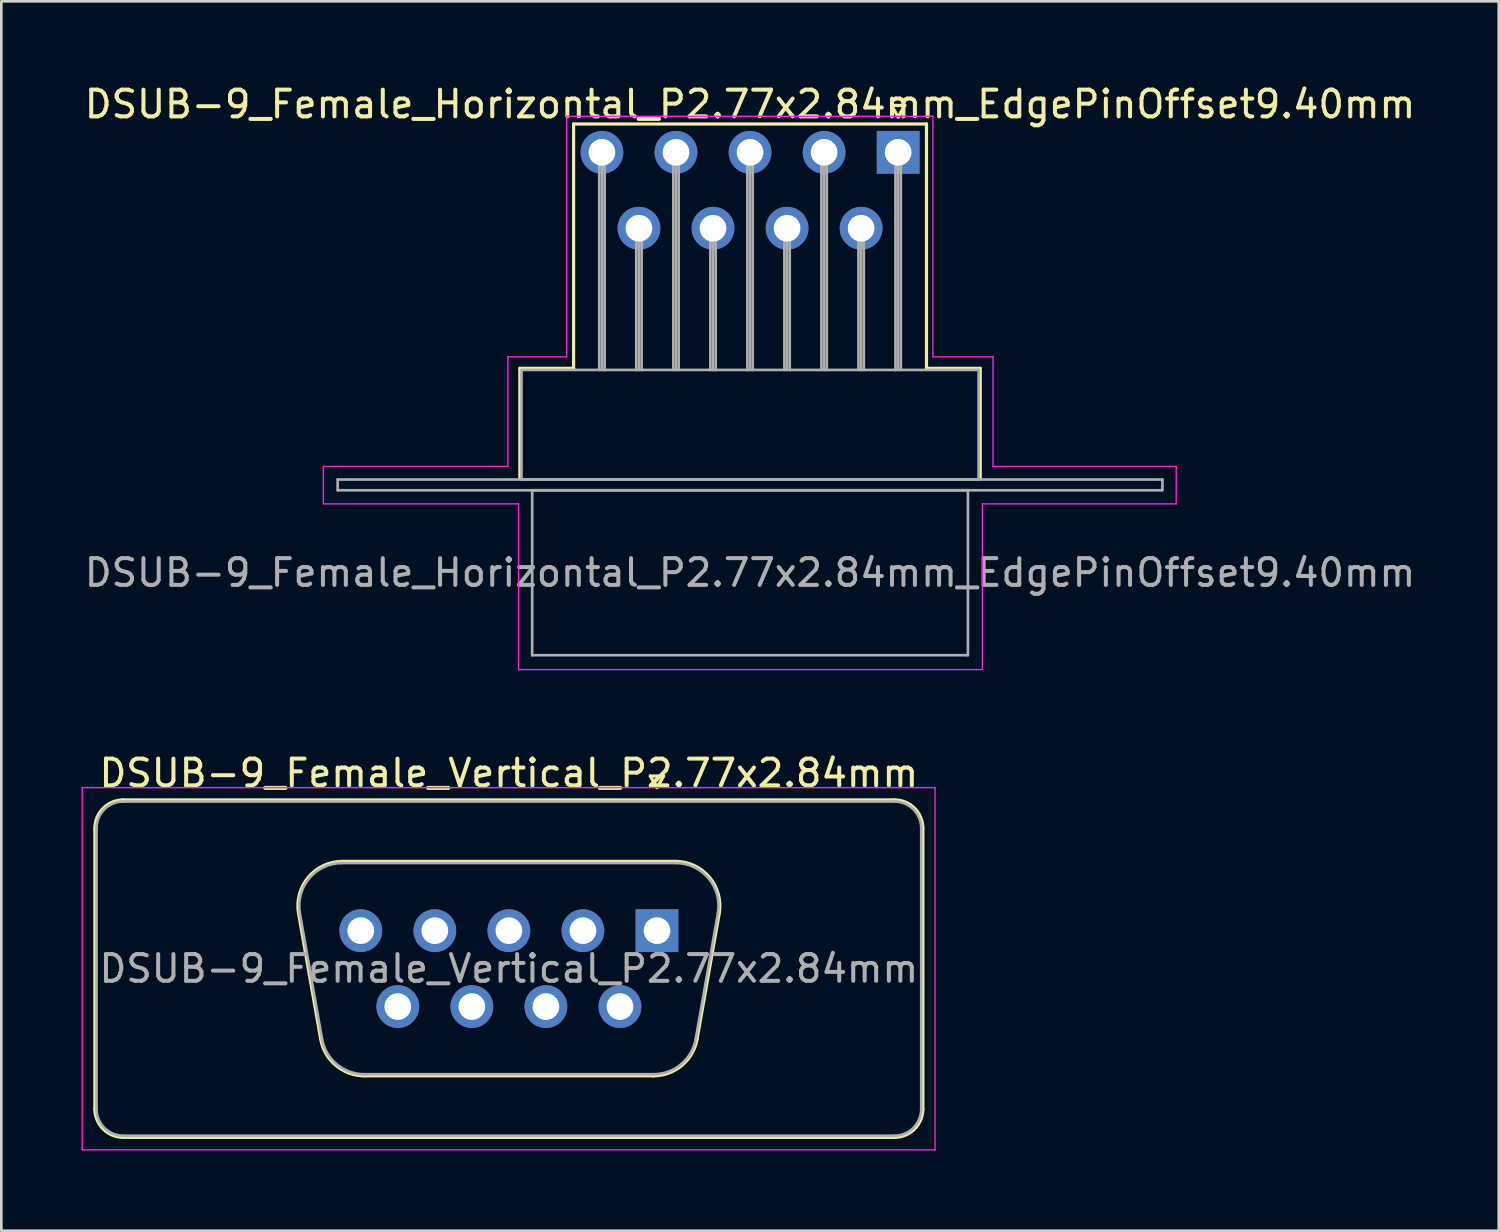
<source format=kicad_pcb>
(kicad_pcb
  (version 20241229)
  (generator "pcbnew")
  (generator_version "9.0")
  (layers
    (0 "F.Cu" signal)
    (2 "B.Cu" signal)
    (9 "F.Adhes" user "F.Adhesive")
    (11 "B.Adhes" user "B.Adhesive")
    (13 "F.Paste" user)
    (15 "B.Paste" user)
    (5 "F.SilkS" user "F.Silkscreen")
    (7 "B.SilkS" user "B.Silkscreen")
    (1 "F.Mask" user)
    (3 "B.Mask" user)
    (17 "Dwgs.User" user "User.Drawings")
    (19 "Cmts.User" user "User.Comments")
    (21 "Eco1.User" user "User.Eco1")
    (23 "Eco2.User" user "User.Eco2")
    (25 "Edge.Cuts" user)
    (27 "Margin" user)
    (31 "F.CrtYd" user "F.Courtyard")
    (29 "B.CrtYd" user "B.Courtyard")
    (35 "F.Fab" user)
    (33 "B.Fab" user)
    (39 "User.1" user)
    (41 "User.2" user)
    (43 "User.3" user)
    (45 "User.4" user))
  (footprint "DSUB-9_Female_Vertical_P2.77x2.84mm"
    (layer "F.Cu")
    (at 21.525 31.762)
    (property "Reference" "DSUB-9_Female_Vertical_P2.77x2.84mm" (at -5.54 -5.89 0) (layer "F.SilkS") (effects (font (size 1 1) (thickness 0.15))))
    (attr through_hole)
    (fp_line (start -21.025 6.67) (end -21.025 -3.83) (stroke (width 0.12) (type solid)) (layer "F.SilkS"))
    (fp_line (start -19.965 -4.89) (end 8.885 -4.89) (stroke (width 0.12) (type solid)) (layer "F.SilkS"))
    (fp_line (start -13.406 -0.642) (end -12.578 4.058) (stroke (width 0.12) (type solid)) (layer "F.SilkS"))
    (fp_line (start -11.772 -2.59) (end 0.692 -2.59) (stroke (width 0.12) (type solid)) (layer "F.SilkS"))
    (fp_line (start -10.943 5.43) (end -0.137 5.43) (stroke (width 0.12) (type solid)) (layer "F.SilkS"))
    (fp_line (start -0.25 -5.784) (end 0.25 -5.784) (stroke (width 0.12) (type solid)) (layer "F.SilkS"))
    (fp_line (start 0 -5.351) (end -0.25 -5.784) (stroke (width 0.12) (type solid)) (layer "F.SilkS"))
    (fp_line (start 0.25 -5.784) (end 0 -5.351) (stroke (width 0.12) (type solid)) (layer "F.SilkS"))
    (fp_line (start 2.326 -0.642) (end 1.498 4.058) (stroke (width 0.12) (type solid)) (layer "F.SilkS"))
    (fp_line (start 8.885 7.73) (end -19.965 7.73) (stroke (width 0.12) (type solid)) (layer "F.SilkS"))
    (fp_line (start 9.945 -3.83) (end 9.945 6.67) (stroke (width 0.12) (type solid)) (layer "F.SilkS"))
    (fp_arc (start -21.025 -3.83) (mid -20.714533 -4.579533) (end -19.965 -4.89) (stroke (width 0.12) (type solid)) (layer "F.SilkS"))
    (fp_arc (start -19.965 7.73) (mid -20.714533 7.419533) (end -21.025 6.67) (stroke (width 0.12) (type solid)) (layer "F.SilkS"))
    (fp_arc (start -13.40647 -0.641744) (mid -13.043323 -1.997028) (end -11.771689 -2.59) (stroke (width 0.12) (type solid)) (layer "F.SilkS"))
    (fp_arc (start -10.942952 5.43) (mid -12.009979 5.041634) (end -12.577733 4.058256) (stroke (width 0.12) (type solid)) (layer "F.SilkS"))
    (fp_arc (start 0.691689 -2.59) (mid 1.963323 -1.997027) (end 2.32647 -0.641744) (stroke (width 0.12) (type solid)) (layer "F.SilkS"))
    (fp_arc (start 1.497733 4.058256) (mid 0.92998 5.041634) (end -0.137048 5.43) (stroke (width 0.12) (type solid)) (layer "F.SilkS"))
    (fp_arc (start 8.885 -4.89) (mid 9.634533 -4.579533) (end 9.945 -3.83) (stroke (width 0.12) (type solid)) (layer "F.SilkS"))
    (fp_arc (start 9.945 6.67) (mid 9.634533 7.419533) (end 8.885 7.73) (stroke (width 0.12) (type solid)) (layer "F.SilkS"))
    (fp_line (start -21.5 -5.35) (end -21.5 8.2) (stroke (width 0.05) (type solid)) (layer "F.CrtYd"))
    (fp_line (start -21.5 8.2) (end 10.4 8.2) (stroke (width 0.05) (type solid)) (layer "F.CrtYd"))
    (fp_line (start 10.4 -5.35) (end -21.5 -5.35) (stroke (width 0.05) (type solid)) (layer "F.CrtYd"))
    (fp_line (start 10.4 8.2) (end 10.4 -5.35) (stroke (width 0.05) (type solid)) (layer "F.CrtYd"))
    (fp_line (start -20.965 6.67) (end -20.965 -3.83) (stroke (width 0.1) (type solid)) (layer "F.Fab"))
    (fp_line (start -19.965 -4.83) (end 8.885 -4.83) (stroke (width 0.1) (type solid)) (layer "F.Fab"))
    (fp_line (start -13.359 -0.652) (end -12.53 4.048) (stroke (width 0.1) (type solid)) (layer "F.Fab"))
    (fp_line (start -11.783 -2.53) (end 0.703 -2.53) (stroke (width 0.1) (type solid)) (layer "F.Fab"))
    (fp_line (start -10.954 5.37) (end -0.126 5.37) (stroke (width 0.1) (type solid)) (layer "F.Fab"))
    (fp_line (start 2.279 -0.652) (end 1.45 4.048) (stroke (width 0.1) (type solid)) (layer "F.Fab"))
    (fp_line (start 8.885 7.67) (end -19.965 7.67) (stroke (width 0.1) (type solid)) (layer "F.Fab"))
    (fp_line (start 9.885 -3.83) (end 9.885 6.67) (stroke (width 0.1) (type solid)) (layer "F.Fab"))
    (fp_arc (start -20.965 -3.83) (mid -20.672107 -4.537107) (end -19.965 -4.83) (stroke (width 0.1) (type solid)) (layer "F.Fab"))
    (fp_arc (start -19.965 7.67) (mid -20.672107 7.377107) (end -20.965 6.67) (stroke (width 0.1) (type solid)) (layer "F.Fab"))
    (fp_arc (start -13.358886 -0.652163) (mid -13.008865 -1.95846) (end -11.783194 -2.53) (stroke (width 0.1) (type solid)) (layer "F.Fab"))
    (fp_arc (start -10.954457 5.37) (mid -11.982917 4.995671) (end -12.530149 4.047837) (stroke (width 0.1) (type solid)) (layer "F.Fab"))
    (fp_arc (start 0.703194 -2.53) (mid 1.928865 -1.95846) (end 2.278886 -0.652163) (stroke (width 0.1) (type solid)) (layer "F.Fab"))
    (fp_arc (start 1.450149 4.047837) (mid 0.902917 4.995671) (end -0.125543 5.37) (stroke (width 0.1) (type solid)) (layer "F.Fab"))
    (fp_arc (start 8.885 -4.83) (mid 9.592107 -4.537107) (end 9.885 -3.83) (stroke (width 0.1) (type solid)) (layer "F.Fab"))
    (fp_arc (start 9.885 6.67) (mid 9.592107 7.377107) (end 8.885 7.67) (stroke (width 0.1) (type solid)) (layer "F.Fab"))
    (fp_text user "${REFERENCE}" (at -5.54 1.42 0) (layer "F.Fab") (effects (font (size 1 1) (thickness 0.15))))
    (pad "1" thru_hole rect (at 0 0) (size 1.6 1.6) (drill 1) (layers "*.Cu" "*.Mask"))
    (pad "2" thru_hole circle (at -2.77 0) (size 1.6 1.6) (drill 1) (layers "*.Cu" "*.Mask"))
    (pad "3" thru_hole circle (at -5.54 0) (size 1.6 1.6) (drill 1) (layers "*.Cu" "*.Mask"))
    (pad "4" thru_hole circle (at -8.31 0) (size 1.6 1.6) (drill 1) (layers "*.Cu" "*.Mask"))
    (pad "5" thru_hole circle (at -11.08 0) (size 1.6 1.6) (drill 1) (layers "*.Cu" "*.Mask"))
    (pad "6" thru_hole circle (at -1.385 2.84) (size 1.6 1.6) (drill 1) (layers "*.Cu" "*.Mask"))
    (pad "7" thru_hole circle (at -4.155 2.84) (size 1.6 1.6) (drill 1) (layers "*.Cu" "*.Mask"))
    (pad "8" thru_hole circle (at -6.925 2.84) (size 1.6 1.6) (drill 1) (layers "*.Cu" "*.Mask"))
    (pad "9" thru_hole circle (at -9.695 2.84) (size 1.6 1.6) (drill 1) (layers "*.Cu" "*.Mask")))
  (footprint "DSUB-9_Female_Horizontal_P2.77x2.84mm_EdgePinOffset9.40mm"
    (layer "F.Cu")
    (at 30.546 2.648)
    (property "Reference" "DSUB-9_Female_Horizontal_P2.77x2.84mm_EdgePinOffset9.40mm" (at -5.54 -1.8 0) (layer "F.SilkS") (effects (font (size 1 1) (thickness 0.15))))
    (attr through_hole)
    (fp_line (start -14.15 8.08) (end -12.14 8.08) (stroke (width 0.12) (type solid)) (layer "F.SilkS"))
    (fp_line (start -14.15 12.18) (end -14.15 8.08) (stroke (width 0.12) (type solid)) (layer "F.SilkS"))
    (fp_line (start -12.14 -1.06) (end 1.06 -1.06) (stroke (width 0.12) (type solid)) (layer "F.SilkS"))
    (fp_line (start -12.14 8.08) (end -12.14 -1.06) (stroke (width 0.12) (type solid)) (layer "F.SilkS"))
    (fp_line (start -0.25 -1.754) (end 0.25 -1.754) (stroke (width 0.12) (type solid)) (layer "F.SilkS"))
    (fp_line (start 0 -1.321) (end -0.25 -1.754) (stroke (width 0.12) (type solid)) (layer "F.SilkS"))
    (fp_line (start 0.25 -1.754) (end 0 -1.321) (stroke (width 0.12) (type solid)) (layer "F.SilkS"))
    (fp_line (start 1.06 -1.06) (end 1.06 8.08) (stroke (width 0.12) (type solid)) (layer "F.SilkS"))
    (fp_line (start 1.06 8.08) (end 3.07 8.08) (stroke (width 0.12) (type solid)) (layer "F.SilkS"))
    (fp_line (start 3.07 8.08) (end 3.07 12.18) (stroke (width 0.12) (type solid)) (layer "F.SilkS"))
    (fp_line (start -21.5 11.75) (end -14.6 11.75) (stroke (width 0.05) (type solid)) (layer "F.CrtYd"))
    (fp_line (start -21.5 13.15) (end -21.5 11.75) (stroke (width 0.05) (type solid)) (layer "F.CrtYd"))
    (fp_line (start -14.6 7.65) (end -12.4 7.65) (stroke (width 0.05) (type solid)) (layer "F.CrtYd"))
    (fp_line (start -14.6 11.75) (end -14.6 7.65) (stroke (width 0.05) (type solid)) (layer "F.CrtYd"))
    (fp_line (start -14.2 13.15) (end -21.5 13.15) (stroke (width 0.05) (type solid)) (layer "F.CrtYd"))
    (fp_line (start -14.2 19.35) (end -14.2 13.15) (stroke (width 0.05) (type solid)) (layer "F.CrtYd"))
    (fp_line (start -12.4 -1.35) (end 1.3 -1.35) (stroke (width 0.05) (type solid)) (layer "F.CrtYd"))
    (fp_line (start -12.4 7.65) (end -12.4 -1.35) (stroke (width 0.05) (type solid)) (layer "F.CrtYd"))
    (fp_line (start 1.3 -1.35) (end 1.3 7.65) (stroke (width 0.05) (type solid)) (layer "F.CrtYd"))
    (fp_line (start 1.3 7.65) (end 3.55 7.65) (stroke (width 0.05) (type solid)) (layer "F.CrtYd"))
    (fp_line (start 3.15 13.15) (end 3.15 19.35) (stroke (width 0.05) (type solid)) (layer "F.CrtYd"))
    (fp_line (start 3.15 19.35) (end -14.2 19.35) (stroke (width 0.05) (type solid)) (layer "F.CrtYd"))
    (fp_line (start 3.55 7.65) (end 3.55 11.75) (stroke (width 0.05) (type solid)) (layer "F.CrtYd"))
    (fp_line (start 3.55 11.75) (end 10.4 11.75) (stroke (width 0.05) (type solid)) (layer "F.CrtYd"))
    (fp_line (start 10.4 11.75) (end 10.4 13.15) (stroke (width 0.05) (type solid)) (layer "F.CrtYd"))
    (fp_line (start 10.4 13.15) (end 3.15 13.15) (stroke (width 0.05) (type solid)) (layer "F.CrtYd"))
    (fp_line (start -20.965 12.24) (end -20.965 12.64) (stroke (width 0.1) (type solid)) (layer "F.Fab"))
    (fp_line (start -20.965 12.64) (end 9.885 12.64) (stroke (width 0.1) (type solid)) (layer "F.Fab"))
    (fp_line (start -14.09 8.14) (end -14.09 12.24) (stroke (width 0.1) (type solid)) (layer "F.Fab"))
    (fp_line (start -14.09 12.24) (end 3.01 12.24) (stroke (width 0.1) (type solid)) (layer "F.Fab"))
    (fp_line (start -13.69 12.64) (end -13.69 18.81) (stroke (width 0.1) (type solid)) (layer "F.Fab"))
    (fp_line (start -13.69 18.81) (end 2.61 18.81) (stroke (width 0.1) (type solid)) (layer "F.Fab"))
    (fp_line (start -11.18 0) (end -11.18 8.14) (stroke (width 0.1) (type solid)) (layer "F.Fab"))
    (fp_line (start -11.08 0) (end -11.08 8.14) (stroke (width 0.1) (type solid)) (layer "F.Fab"))
    (fp_line (start -10.98 0) (end -10.98 8.14) (stroke (width 0.1) (type solid)) (layer "F.Fab"))
    (fp_line (start -9.795 2.84) (end -9.795 8.14) (stroke (width 0.1) (type solid)) (layer "F.Fab"))
    (fp_line (start -9.695 2.84) (end -9.695 8.14) (stroke (width 0.1) (type solid)) (layer "F.Fab"))
    (fp_line (start -9.595 2.84) (end -9.595 8.14) (stroke (width 0.1) (type solid)) (layer "F.Fab"))
    (fp_line (start -8.41 0) (end -8.41 8.14) (stroke (width 0.1) (type solid)) (layer "F.Fab"))
    (fp_line (start -8.31 0) (end -8.31 8.14) (stroke (width 0.1) (type solid)) (layer "F.Fab"))
    (fp_line (start -8.21 0) (end -8.21 8.14) (stroke (width 0.1) (type solid)) (layer "F.Fab"))
    (fp_line (start -7.025 2.84) (end -7.025 8.14) (stroke (width 0.1) (type solid)) (layer "F.Fab"))
    (fp_line (start -6.925 2.84) (end -6.925 8.14) (stroke (width 0.1) (type solid)) (layer "F.Fab"))
    (fp_line (start -6.825 2.84) (end -6.825 8.14) (stroke (width 0.1) (type solid)) (layer "F.Fab"))
    (fp_line (start -5.64 0) (end -5.64 8.14) (stroke (width 0.1) (type solid)) (layer "F.Fab"))
    (fp_line (start -5.54 0) (end -5.54 8.14) (stroke (width 0.1) (type solid)) (layer "F.Fab"))
    (fp_line (start -5.44 0) (end -5.44 8.14) (stroke (width 0.1) (type solid)) (layer "F.Fab"))
    (fp_line (start -4.255 2.84) (end -4.255 8.14) (stroke (width 0.1) (type solid)) (layer "F.Fab"))
    (fp_line (start -4.155 2.84) (end -4.155 8.14) (stroke (width 0.1) (type solid)) (layer "F.Fab"))
    (fp_line (start -4.055 2.84) (end -4.055 8.14) (stroke (width 0.1) (type solid)) (layer "F.Fab"))
    (fp_line (start -2.87 0) (end -2.87 8.14) (stroke (width 0.1) (type solid)) (layer "F.Fab"))
    (fp_line (start -2.77 0) (end -2.77 8.14) (stroke (width 0.1) (type solid)) (layer "F.Fab"))
    (fp_line (start -2.67 0) (end -2.67 8.14) (stroke (width 0.1) (type solid)) (layer "F.Fab"))
    (fp_line (start -1.485 2.84) (end -1.485 8.14) (stroke (width 0.1) (type solid)) (layer "F.Fab"))
    (fp_line (start -1.385 2.84) (end -1.385 8.14) (stroke (width 0.1) (type solid)) (layer "F.Fab"))
    (fp_line (start -1.285 2.84) (end -1.285 8.14) (stroke (width 0.1) (type solid)) (layer "F.Fab"))
    (fp_line (start -0.1 0) (end -0.1 8.14) (stroke (width 0.1) (type solid)) (layer "F.Fab"))
    (fp_line (start 0 0) (end 0 8.14) (stroke (width 0.1) (type solid)) (layer "F.Fab"))
    (fp_line (start 0.1 0) (end 0.1 8.14) (stroke (width 0.1) (type solid)) (layer "F.Fab"))
    (fp_line (start 2.61 12.64) (end -13.69 12.64) (stroke (width 0.1) (type solid)) (layer "F.Fab"))
    (fp_line (start 2.61 18.81) (end 2.61 12.64) (stroke (width 0.1) (type solid)) (layer "F.Fab"))
    (fp_line (start 3.01 8.14) (end -14.09 8.14) (stroke (width 0.1) (type solid)) (layer "F.Fab"))
    (fp_line (start 3.01 12.24) (end 3.01 8.14) (stroke (width 0.1) (type solid)) (layer "F.Fab"))
    (fp_line (start 9.885 12.24) (end -20.965 12.24) (stroke (width 0.1) (type solid)) (layer "F.Fab"))
    (fp_line (start 9.885 12.64) (end 9.885 12.24) (stroke (width 0.1) (type solid)) (layer "F.Fab"))
    (fp_text user "${REFERENCE}" (at -5.54 15.725 0) (layer "F.Fab") (effects (font (size 1 1) (thickness 0.15))))
    (pad "1" thru_hole rect (at 0 0) (size 1.6 1.6) (drill 1) (layers "*.Cu" "*.Mask"))
    (pad "2" thru_hole circle (at -2.77 0) (size 1.6 1.6) (drill 1) (layers "*.Cu" "*.Mask"))
    (pad "3" thru_hole circle (at -5.54 0) (size 1.6 1.6) (drill 1) (layers "*.Cu" "*.Mask"))
    (pad "4" thru_hole circle (at -8.31 0) (size 1.6 1.6) (drill 1) (layers "*.Cu" "*.Mask"))
    (pad "5" thru_hole circle (at -11.08 0) (size 1.6 1.6) (drill 1) (layers "*.Cu" "*.Mask"))
    (pad "6" thru_hole circle (at -1.385 2.84) (size 1.6 1.6) (drill 1) (layers "*.Cu" "*.Mask"))
    (pad "7" thru_hole circle (at -4.155 2.84) (size 1.6 1.6) (drill 1) (layers "*.Cu" "*.Mask"))
    (pad "8" thru_hole circle (at -6.925 2.84) (size 1.6 1.6) (drill 1) (layers "*.Cu" "*.Mask"))
    (pad "9" thru_hole circle (at -9.695 2.84) (size 1.6 1.6) (drill 1) (layers "*.Cu" "*.Mask")))
  (gr_rect
    (start -3 -3)
    (end 53.012 42.986)
    (stroke (width 0.1) (type default))
    (fill no)
    (layer "Edge.Cuts")))
</source>
